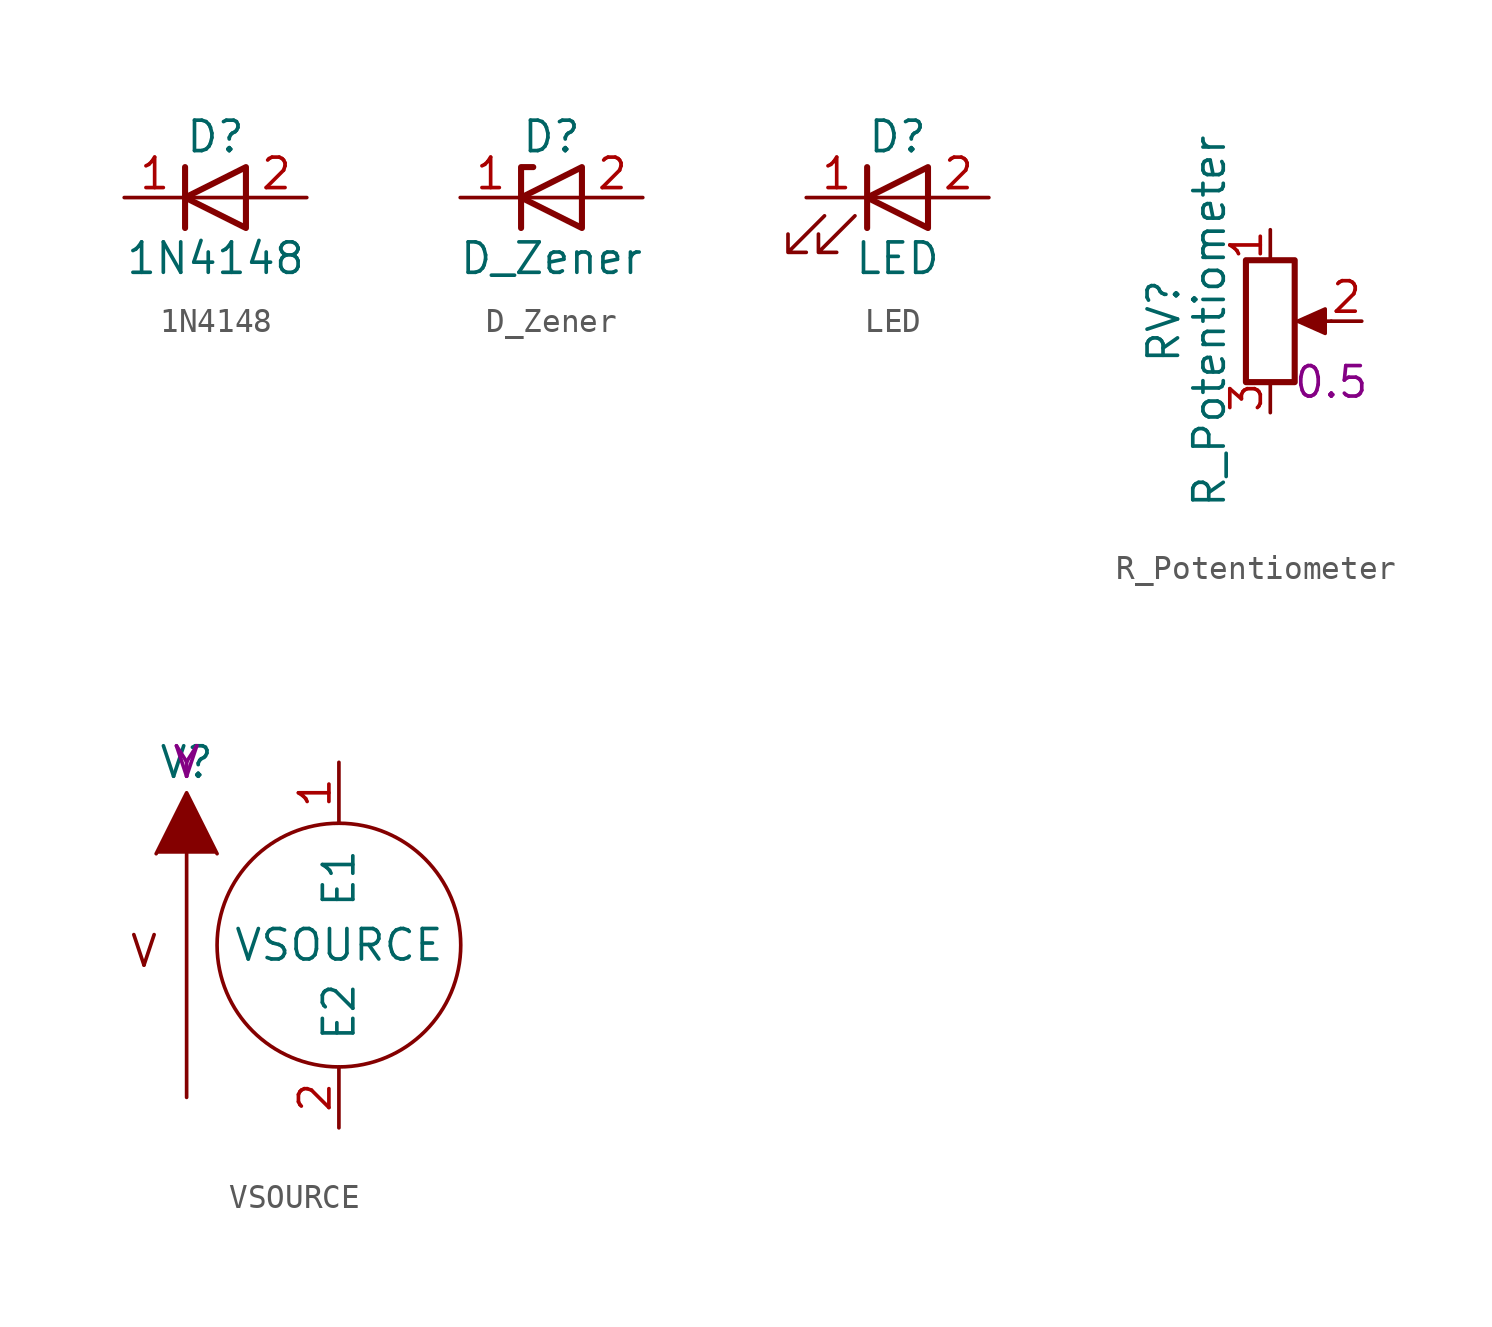
<source format=kicad_sym>
(kicad_symbol_lib
  (version 20211014)
  (generator kicad_symbol_editor)
  (symbol "1N4148"
    (pin_names
      (offset 1.016) hide)
    (property "Reference" "D"
      (at 0 2.54 0)
      (effects (font (size 1.27 1.27))))
    (property "Value" "1N4148"
      (at 0 -2.54 0)
      (effects (font (size 1.27 1.27))))
    (symbol "1N4148_0_1"
      (polyline (pts (xy -1.27 1.27) (xy -1.27 -1.27)) (stroke (width 0.254) (type default) (color 0 0 0 0)) (fill (type none)))
      (polyline (pts (xy 1.27 0) (xy -1.27 0)) (stroke (width 0) (type default) (color 0 0 0 0)) (fill (type none)))
      (polyline (pts (xy 1.27 1.27) (xy 1.27 -1.27) (xy -1.27 0) (xy 1.27 1.27)) (stroke (width 0.254) (type default) (color 0 0 0 0)) (fill (type none))))
    (symbol "1N4148_1_1"
      (pin passive line (at -3.81 0 0) (length 2.54) (name "K" (effects (font (size 1.27 1.27)))) (number "1" (effects (font (size 1.27 1.27)))))
      (pin passive line (at 3.81 0 180) (length 2.54) (name "A" (effects (font (size 1.27 1.27)))) (number "2" (effects (font (size 1.27 1.27)))))))
  (symbol "D_Zener"
    (pin_names
      (offset 1.016) hide)
    (property "Reference" "D"
      (at 0 2.54 0)
      (effects (font (size 1.27 1.27))))
    (property "Value" "D_Zener"
      (at 0 -2.54 0)
      (effects (font (size 1.27 1.27))))
    (symbol "D_Zener_0_1"
      (polyline (pts (xy 1.27 0) (xy -1.27 0)) (stroke (width 0) (type default) (color 0 0 0 0)) (fill (type none)))
      (polyline (pts (xy -1.27 -1.27) (xy -1.27 1.27) (xy -0.762 1.27)) (stroke (width 0.254) (type default) (color 0 0 0 0)) (fill (type none)))
      (polyline (pts (xy 1.27 -1.27) (xy 1.27 1.27) (xy -1.27 0) (xy 1.27 -1.27)) (stroke (width 0.254) (type default) (color 0 0 0 0)) (fill (type none))))
    (symbol "D_Zener_1_1"
      (pin passive line (at -3.81 0 0) (length 2.54) (name "K" (effects (font (size 1.27 1.27)))) (number "1" (effects (font (size 1.27 1.27)))))
      (pin passive line (at 3.81 0 180) (length 2.54) (name "A" (effects (font (size 1.27 1.27)))) (number "2" (effects (font (size 1.27 1.27)))))))
  (symbol "LED"
    (pin_names
      (offset 1.016) hide)
    (property "Reference" "D"
      (at 0 2.54 0)
      (effects (font (size 1.27 1.27))))
    (property "Value" "LED"
      (at 0 -2.54 0)
      (effects (font (size 1.27 1.27))))
    (symbol "LED_0_1"
      (polyline (pts (xy -1.27 -1.27) (xy -1.27 1.27)) (stroke (width 0.254) (type default) (color 0 0 0 0)) (fill (type none)))
      (polyline (pts (xy -1.27 0) (xy 1.27 0)) (stroke (width 0) (type default) (color 0 0 0 0)) (fill (type none)))
      (polyline (pts (xy 1.27 -1.27) (xy 1.27 1.27) (xy -1.27 0) (xy 1.27 -1.27)) (stroke (width 0.254) (type default) (color 0 0 0 0)) (fill (type none)))
      (polyline (pts (xy -3.048 -0.762) (xy -4.572 -2.286) (xy -3.81 -2.286) (xy -4.572 -2.286) (xy -4.572 -1.524)) (stroke (width 0) (type default) (color 0 0 0 0)) (fill (type none)))
      (polyline (pts (xy -1.778 -0.762) (xy -3.302 -2.286) (xy -2.54 -2.286) (xy -3.302 -2.286) (xy -3.302 -1.524)) (stroke (width 0) (type default) (color 0 0 0 0)) (fill (type none))))
    (symbol "LED_1_1"
      (pin passive line (at -3.81 0 0) (length 2.54) (name "K" (effects (font (size 1.27 1.27)))) (number "1" (effects (font (size 1.27 1.27)))))
      (pin passive line (at 3.81 0 180) (length 2.54) (name "A" (effects (font (size 1.27 1.27)))) (number "2" (effects (font (size 1.27 1.27)))))))
  (symbol "R_Potentiometer"
    (pin_names
      (offset 1.016) hide)
    (property "Reference" "RV"
      (at -4.445 0 90)
      (effects (font (size 1.27 1.27))))
    (property "Value" "R_Potentiometer"
      (at -2.54 0 90)
      (effects (font (size 1.27 1.27))))
    (property "w" "0.5"
      (at 2.54 -2.54 0)
      (effects (font (size 1.27 1.27))))
    (symbol "R_Potentiometer_0_1"
      (polyline (pts (xy 2.54 0) (xy 1.524 0)) (stroke (width 0) (type default) (color 0 0 0 0)) (fill (type none)))
      (polyline (pts (xy 1.143 0) (xy 2.286 0.508) (xy 2.286 -0.508) (xy 1.143 0)) (stroke (width 0) (type default) (color 0 0 0 0)) (fill (type outline)))
      (rectangle (start 1.016 2.54) (end -1.016 -2.54) (stroke (width 0.254) (type default) (color 0 0 0 0)) (fill (type none))))
    (symbol "R_Potentiometer_1_1"
      (pin passive line (at 0 3.81 270) (length 1.27) (name "1" (effects (font (size 1.27 1.27)))) (number "1" (effects (font (size 1.27 1.27)))))
      (pin passive line (at 3.81 0 180) (length 1.27) (name "2" (effects (font (size 1.27 1.27)))) (number "2" (effects (font (size 1.27 1.27)))))
      (pin passive line (at 0 -3.81 90) (length 1.27) (name "3" (effects (font (size 1.27 1.27)))) (number "3" (effects (font (size 1.27 1.27)))))))
  (symbol "VSOURCE"
    (pin_names
      (offset 1.016))
    (property "Reference" "V"
      (at -6.35 7.62 0)
      (effects (font (size 1.27 1.27))))
    (property "Value" "VSOURCE"
      (at 0 0 0)
      (effects (font (size 1.27 1.27))))
    (property "Spice_Primitive" "V"
      (at -6.35 7.62 0)
      (effects (font (size 1.27 1.27))))
    (property "Spice_Netlist_Enabled" "Y"
      (at -6.35 7.62 0)
      (effects (font (size 1.27 1.27))))
    (symbol "VSOURCE_0_1"
      (polyline (pts (xy -6.35 -6.35) (xy -6.35 3.81)) (stroke (width 0) (type default) (color 0 0 0 0)) (fill (type outline)))
      (polyline (pts (xy -7.62 3.81) (xy -6.35 6.35) (xy -5.08 3.81)) (stroke (width 0) (type default) (color 0 0 0 0)) (fill (type outline)))
      (circle (center 0 0) (radius 5.08) (stroke (width 0) (type default) (color 0 0 0 0)) (fill (type none)))
      (text "V" (at -8.128 -0.254 0) (effects (font (size 1.27 1.27)))))
    (symbol "VSOURCE_1_1"
      (pin input line (at 0 7.62 270) (length 2.54) (name "E1" (effects (font (size 1.27 1.27)))) (number "1" (effects (font (size 1.27 1.27)))))
      (pin input line (at 0 -7.62 90) (length 2.54) (name "E2" (effects (font (size 1.27 1.27)))) (number "2" (effects (font (size 1.27 1.27))))))))
</source>
